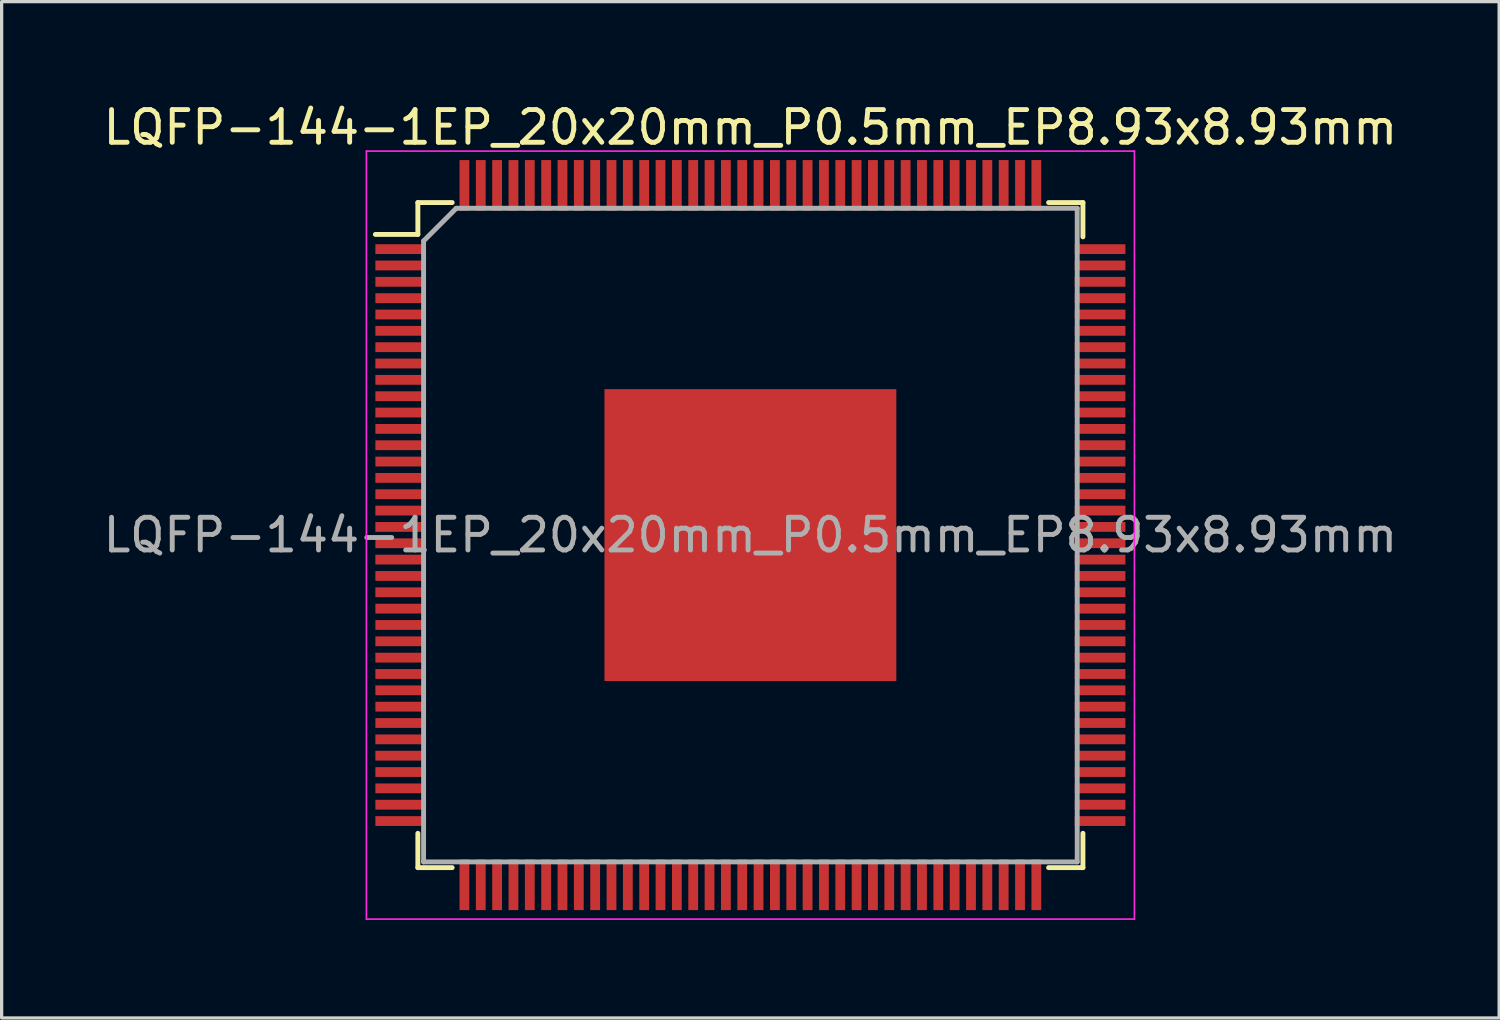
<source format=kicad_pcb>
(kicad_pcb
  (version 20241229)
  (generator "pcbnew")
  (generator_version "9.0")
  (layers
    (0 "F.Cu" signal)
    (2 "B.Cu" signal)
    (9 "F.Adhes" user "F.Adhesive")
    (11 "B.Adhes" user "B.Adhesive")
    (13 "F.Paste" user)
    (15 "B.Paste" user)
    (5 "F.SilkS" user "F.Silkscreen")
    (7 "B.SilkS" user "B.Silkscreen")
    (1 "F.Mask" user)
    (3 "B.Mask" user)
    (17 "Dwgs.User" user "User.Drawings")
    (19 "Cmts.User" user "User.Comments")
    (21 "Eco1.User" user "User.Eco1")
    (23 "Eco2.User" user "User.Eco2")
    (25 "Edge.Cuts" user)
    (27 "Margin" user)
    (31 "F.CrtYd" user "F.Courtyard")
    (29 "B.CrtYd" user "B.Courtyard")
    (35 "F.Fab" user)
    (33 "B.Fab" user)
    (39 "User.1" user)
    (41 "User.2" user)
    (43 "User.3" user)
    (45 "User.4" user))
  (footprint "LQFP-144-1EP_20x20mm_P0.5mm_EP8.93x8.93mm"
    (layer "F.Cu")
    (at 19.911 13.323)
    (property "Reference" "LQFP-144-1EP_20x20mm_P0.5mm_EP8.93x8.93mm" (at 0 -12.475 0) (layer "F.SilkS") (effects (font (size 1 1) (thickness 0.15))))
    (attr smd)
    (fp_line (start -10.175 -10.175) (end -10.175 -9.2) (stroke (width 0.15) (type solid)) (layer "F.SilkS"))
    (fp_line (start -10.175 -10.175) (end -9.125 -10.175) (stroke (width 0.15) (type solid)) (layer "F.SilkS"))
    (fp_line (start -10.175 -9.2) (end -11.475 -9.2) (stroke (width 0.15) (type solid)) (layer "F.SilkS"))
    (fp_line (start -10.175 10.175) (end -10.175 9.125) (stroke (width 0.15) (type solid)) (layer "F.SilkS"))
    (fp_line (start -10.175 10.175) (end -9.125 10.175) (stroke (width 0.15) (type solid)) (layer "F.SilkS"))
    (fp_line (start 10.175 -10.175) (end 9.125 -10.175) (stroke (width 0.15) (type solid)) (layer "F.SilkS"))
    (fp_line (start 10.175 -10.175) (end 10.175 -9.125) (stroke (width 0.15) (type solid)) (layer "F.SilkS"))
    (fp_line (start 10.175 10.175) (end 9.125 10.175) (stroke (width 0.15) (type solid)) (layer "F.SilkS"))
    (fp_line (start 10.175 10.175) (end 10.175 9.125) (stroke (width 0.15) (type solid)) (layer "F.SilkS"))
    (fp_line (start -11.75 -11.75) (end -11.75 11.75) (stroke (width 0.05) (type solid)) (layer "F.CrtYd"))
    (fp_line (start -11.75 -11.75) (end 11.75 -11.75) (stroke (width 0.05) (type solid)) (layer "F.CrtYd"))
    (fp_line (start -11.75 11.75) (end 11.75 11.75) (stroke (width 0.05) (type solid)) (layer "F.CrtYd"))
    (fp_line (start 11.75 -11.75) (end 11.75 11.75) (stroke (width 0.05) (type solid)) (layer "F.CrtYd"))
    (fp_line (start -10 -9) (end -9 -10) (stroke (width 0.15) (type solid)) (layer "F.Fab"))
    (fp_line (start -10 10) (end -10 -9) (stroke (width 0.15) (type solid)) (layer "F.Fab"))
    (fp_line (start -9 -10) (end 10 -10) (stroke (width 0.15) (type solid)) (layer "F.Fab"))
    (fp_line (start 10 -10) (end 10 10) (stroke (width 0.15) (type solid)) (layer "F.Fab"))
    (fp_line (start 10 10) (end -10 10) (stroke (width 0.15) (type solid)) (layer "F.Fab"))
    (fp_text user "${REFERENCE}" (at 0 0 0) (layer "F.Fab") (effects (font (size 1 1) (thickness 0.15))))
    (pad "" smd rect (at -3.75 -3.75) (size 1.15 1.15) (layers "F.Paste"))
    (pad "" smd rect (at -3.75 -2.25) (size 1.15 1.15) (layers "F.Paste"))
    (pad "" smd rect (at -3.75 -0.75) (size 1.15 1.15) (layers "F.Paste"))
    (pad "" smd rect (at -3.75 0.75) (size 1.15 1.15) (layers "F.Paste"))
    (pad "" smd rect (at -3.75 2.25) (size 1.15 1.15) (layers "F.Paste"))
    (pad "" smd rect (at -3.75 3.75) (size 1.15 1.15) (layers "F.Paste"))
    (pad "" smd rect (at -2.25 -3.75) (size 1.15 1.15) (layers "F.Paste"))
    (pad "" smd rect (at -2.25 -2.25) (size 1.15 1.15) (layers "F.Paste"))
    (pad "" smd rect (at -2.25 -0.75) (size 1.15 1.15) (layers "F.Paste"))
    (pad "" smd rect (at -2.25 0.75) (size 1.15 1.15) (layers "F.Paste"))
    (pad "" smd rect (at -2.25 2.25) (size 1.15 1.15) (layers "F.Paste"))
    (pad "" smd rect (at -2.25 3.75) (size 1.15 1.15) (layers "F.Paste"))
    (pad "" smd rect (at -0.75 -3.75) (size 1.15 1.15) (layers "F.Paste"))
    (pad "" smd rect (at -0.75 -2.25) (size 1.15 1.15) (layers "F.Paste"))
    (pad "" smd rect (at -0.75 -0.75) (size 1.15 1.15) (layers "F.Paste"))
    (pad "" smd rect (at -0.75 0.75) (size 1.15 1.15) (layers "F.Paste"))
    (pad "" smd rect (at -0.75 2.25) (size 1.15 1.15) (layers "F.Paste"))
    (pad "" smd rect (at -0.75 3.75) (size 1.15 1.15) (layers "F.Paste"))
    (pad "" smd rect (at 0.75 -3.75) (size 1.15 1.15) (layers "F.Paste"))
    (pad "" smd rect (at 0.75 -2.25) (size 1.15 1.15) (layers "F.Paste"))
    (pad "" smd rect (at 0.75 -0.75) (size 1.15 1.15) (layers "F.Paste"))
    (pad "" smd rect (at 0.75 0.75) (size 1.15 1.15) (layers "F.Paste"))
    (pad "" smd rect (at 0.75 2.25) (size 1.15 1.15) (layers "F.Paste"))
    (pad "" smd rect (at 0.75 3.75) (size 1.15 1.15) (layers "F.Paste"))
    (pad "" smd rect (at 2.25 -3.75) (size 1.15 1.15) (layers "F.Paste"))
    (pad "" smd rect (at 2.25 -2.25) (size 1.15 1.15) (layers "F.Paste"))
    (pad "" smd rect (at 2.25 -0.75) (size 1.15 1.15) (layers "F.Paste"))
    (pad "" smd rect (at 2.25 0.75) (size 1.15 1.15) (layers "F.Paste"))
    (pad "" smd rect (at 2.25 2.25) (size 1.15 1.15) (layers "F.Paste"))
    (pad "" smd rect (at 2.25 3.75) (size 1.15 1.15) (layers "F.Paste"))
    (pad "" smd rect (at 3.75 -3.75) (size 1.15 1.15) (layers "F.Paste"))
    (pad "" smd rect (at 3.75 -2.25) (size 1.15 1.15) (layers "F.Paste"))
    (pad "" smd rect (at 3.75 -0.75) (size 1.15 1.15) (layers "F.Paste"))
    (pad "" smd rect (at 3.75 0.75) (size 1.15 1.15) (layers "F.Paste"))
    (pad "" smd rect (at 3.75 2.25) (size 1.15 1.15) (layers "F.Paste"))
    (pad "" smd rect (at 3.75 3.75) (size 1.15 1.15) (layers "F.Paste"))
    (pad "1" smd rect (at -10.7 -8.75) (size 1.55 0.3) (layers "F.Cu" "F.Mask" "F.Paste"))
    (pad "2" smd rect (at -10.7 -8.25) (size 1.55 0.3) (layers "F.Cu" "F.Mask" "F.Paste"))
    (pad "3" smd rect (at -10.7 -7.75) (size 1.55 0.3) (layers "F.Cu" "F.Mask" "F.Paste"))
    (pad "4" smd rect (at -10.7 -7.25) (size 1.55 0.3) (layers "F.Cu" "F.Mask" "F.Paste"))
    (pad "5" smd rect (at -10.7 -6.75) (size 1.55 0.3) (layers "F.Cu" "F.Mask" "F.Paste"))
    (pad "6" smd rect (at -10.7 -6.25) (size 1.55 0.3) (layers "F.Cu" "F.Mask" "F.Paste"))
    (pad "7" smd rect (at -10.7 -5.75) (size 1.55 0.3) (layers "F.Cu" "F.Mask" "F.Paste"))
    (pad "8" smd rect (at -10.7 -5.25) (size 1.55 0.3) (layers "F.Cu" "F.Mask" "F.Paste"))
    (pad "9" smd rect (at -10.7 -4.75) (size 1.55 0.3) (layers "F.Cu" "F.Mask" "F.Paste"))
    (pad "10" smd rect (at -10.7 -4.25) (size 1.55 0.3) (layers "F.Cu" "F.Mask" "F.Paste"))
    (pad "11" smd rect (at -10.7 -3.75) (size 1.55 0.3) (layers "F.Cu" "F.Mask" "F.Paste"))
    (pad "12" smd rect (at -10.7 -3.25) (size 1.55 0.3) (layers "F.Cu" "F.Mask" "F.Paste"))
    (pad "13" smd rect (at -10.7 -2.75) (size 1.55 0.3) (layers "F.Cu" "F.Mask" "F.Paste"))
    (pad "14" smd rect (at -10.7 -2.25) (size 1.55 0.3) (layers "F.Cu" "F.Mask" "F.Paste"))
    (pad "15" smd rect (at -10.7 -1.75) (size 1.55 0.3) (layers "F.Cu" "F.Mask" "F.Paste"))
    (pad "16" smd rect (at -10.7 -1.25) (size 1.55 0.3) (layers "F.Cu" "F.Mask" "F.Paste"))
    (pad "17" smd rect (at -10.7 -0.75) (size 1.55 0.3) (layers "F.Cu" "F.Mask" "F.Paste"))
    (pad "18" smd rect (at -10.7 -0.25) (size 1.55 0.3) (layers "F.Cu" "F.Mask" "F.Paste"))
    (pad "19" smd rect (at -10.7 0.25) (size 1.55 0.3) (layers "F.Cu" "F.Mask" "F.Paste"))
    (pad "20" smd rect (at -10.7 0.75) (size 1.55 0.3) (layers "F.Cu" "F.Mask" "F.Paste"))
    (pad "21" smd rect (at -10.7 1.25) (size 1.55 0.3) (layers "F.Cu" "F.Mask" "F.Paste"))
    (pad "22" smd rect (at -10.7 1.75) (size 1.55 0.3) (layers "F.Cu" "F.Mask" "F.Paste"))
    (pad "23" smd rect (at -10.7 2.25) (size 1.55 0.3) (layers "F.Cu" "F.Mask" "F.Paste"))
    (pad "24" smd rect (at -10.7 2.75) (size 1.55 0.3) (layers "F.Cu" "F.Mask" "F.Paste"))
    (pad "25" smd rect (at -10.7 3.25) (size 1.55 0.3) (layers "F.Cu" "F.Mask" "F.Paste"))
    (pad "26" smd rect (at -10.7 3.75) (size 1.55 0.3) (layers "F.Cu" "F.Mask" "F.Paste"))
    (pad "27" smd rect (at -10.7 4.25) (size 1.55 0.3) (layers "F.Cu" "F.Mask" "F.Paste"))
    (pad "28" smd rect (at -10.7 4.75) (size 1.55 0.3) (layers "F.Cu" "F.Mask" "F.Paste"))
    (pad "29" smd rect (at -10.7 5.25) (size 1.55 0.3) (layers "F.Cu" "F.Mask" "F.Paste"))
    (pad "30" smd rect (at -10.7 5.75) (size 1.55 0.3) (layers "F.Cu" "F.Mask" "F.Paste"))
    (pad "31" smd rect (at -10.7 6.25) (size 1.55 0.3) (layers "F.Cu" "F.Mask" "F.Paste"))
    (pad "32" smd rect (at -10.7 6.75) (size 1.55 0.3) (layers "F.Cu" "F.Mask" "F.Paste"))
    (pad "33" smd rect (at -10.7 7.25) (size 1.55 0.3) (layers "F.Cu" "F.Mask" "F.Paste"))
    (pad "34" smd rect (at -10.7 7.75) (size 1.55 0.3) (layers "F.Cu" "F.Mask" "F.Paste"))
    (pad "35" smd rect (at -10.7 8.25) (size 1.55 0.3) (layers "F.Cu" "F.Mask" "F.Paste"))
    (pad "36" smd rect (at -10.7 8.75) (size 1.55 0.3) (layers "F.Cu" "F.Mask" "F.Paste"))
    (pad "37" smd rect (at -8.75 10.7 90) (size 1.55 0.3) (layers "F.Cu" "F.Mask" "F.Paste"))
    (pad "38" smd rect (at -8.25 10.7 90) (size 1.55 0.3) (layers "F.Cu" "F.Mask" "F.Paste"))
    (pad "39" smd rect (at -7.75 10.7 90) (size 1.55 0.3) (layers "F.Cu" "F.Mask" "F.Paste"))
    (pad "40" smd rect (at -7.25 10.7 90) (size 1.55 0.3) (layers "F.Cu" "F.Mask" "F.Paste"))
    (pad "41" smd rect (at -6.75 10.7 90) (size 1.55 0.3) (layers "F.Cu" "F.Mask" "F.Paste"))
    (pad "42" smd rect (at -6.25 10.7 90) (size 1.55 0.3) (layers "F.Cu" "F.Mask" "F.Paste"))
    (pad "43" smd rect (at -5.75 10.7 90) (size 1.55 0.3) (layers "F.Cu" "F.Mask" "F.Paste"))
    (pad "44" smd rect (at -5.25 10.7 90) (size 1.55 0.3) (layers "F.Cu" "F.Mask" "F.Paste"))
    (pad "45" smd rect (at -4.75 10.7 90) (size 1.55 0.3) (layers "F.Cu" "F.Mask" "F.Paste"))
    (pad "46" smd rect (at -4.25 10.7 90) (size 1.55 0.3) (layers "F.Cu" "F.Mask" "F.Paste"))
    (pad "47" smd rect (at -3.75 10.7 90) (size 1.55 0.3) (layers "F.Cu" "F.Mask" "F.Paste"))
    (pad "48" smd rect (at -3.25 10.7 90) (size 1.55 0.3) (layers "F.Cu" "F.Mask" "F.Paste"))
    (pad "49" smd rect (at -2.75 10.7 90) (size 1.55 0.3) (layers "F.Cu" "F.Mask" "F.Paste"))
    (pad "50" smd rect (at -2.25 10.7 90) (size 1.55 0.3) (layers "F.Cu" "F.Mask" "F.Paste"))
    (pad "51" smd rect (at -1.75 10.7 90) (size 1.55 0.3) (layers "F.Cu" "F.Mask" "F.Paste"))
    (pad "52" smd rect (at -1.25 10.7 90) (size 1.55 0.3) (layers "F.Cu" "F.Mask" "F.Paste"))
    (pad "53" smd rect (at -0.75 10.7 90) (size 1.55 0.3) (layers "F.Cu" "F.Mask" "F.Paste"))
    (pad "54" smd rect (at -0.25 10.7 90) (size 1.55 0.3) (layers "F.Cu" "F.Mask" "F.Paste"))
    (pad "55" smd rect (at 0.25 10.7 90) (size 1.55 0.3) (layers "F.Cu" "F.Mask" "F.Paste"))
    (pad "56" smd rect (at 0.75 10.7 90) (size 1.55 0.3) (layers "F.Cu" "F.Mask" "F.Paste"))
    (pad "57" smd rect (at 1.25 10.7 90) (size 1.55 0.3) (layers "F.Cu" "F.Mask" "F.Paste"))
    (pad "58" smd rect (at 1.75 10.7 90) (size 1.55 0.3) (layers "F.Cu" "F.Mask" "F.Paste"))
    (pad "59" smd rect (at 2.25 10.7 90) (size 1.55 0.3) (layers "F.Cu" "F.Mask" "F.Paste"))
    (pad "60" smd rect (at 2.75 10.7 90) (size 1.55 0.3) (layers "F.Cu" "F.Mask" "F.Paste"))
    (pad "61" smd rect (at 3.25 10.7 90) (size 1.55 0.3) (layers "F.Cu" "F.Mask" "F.Paste"))
    (pad "62" smd rect (at 3.75 10.7 90) (size 1.55 0.3) (layers "F.Cu" "F.Mask" "F.Paste"))
    (pad "63" smd rect (at 4.25 10.7 90) (size 1.55 0.3) (layers "F.Cu" "F.Mask" "F.Paste"))
    (pad "64" smd rect (at 4.75 10.7 90) (size 1.55 0.3) (layers "F.Cu" "F.Mask" "F.Paste"))
    (pad "65" smd rect (at 5.25 10.7 90) (size 1.55 0.3) (layers "F.Cu" "F.Mask" "F.Paste"))
    (pad "66" smd rect (at 5.75 10.7 90) (size 1.55 0.3) (layers "F.Cu" "F.Mask" "F.Paste"))
    (pad "67" smd rect (at 6.25 10.7 90) (size 1.55 0.3) (layers "F.Cu" "F.Mask" "F.Paste"))
    (pad "68" smd rect (at 6.75 10.7 90) (size 1.55 0.3) (layers "F.Cu" "F.Mask" "F.Paste"))
    (pad "69" smd rect (at 7.25 10.7 90) (size 1.55 0.3) (layers "F.Cu" "F.Mask" "F.Paste"))
    (pad "70" smd rect (at 7.75 10.7 90) (size 1.55 0.3) (layers "F.Cu" "F.Mask" "F.Paste"))
    (pad "71" smd rect (at 8.25 10.7 90) (size 1.55 0.3) (layers "F.Cu" "F.Mask" "F.Paste"))
    (pad "72" smd rect (at 8.75 10.7 90) (size 1.55 0.3) (layers "F.Cu" "F.Mask" "F.Paste"))
    (pad "73" smd rect (at 10.7 8.75) (size 1.55 0.3) (layers "F.Cu" "F.Mask" "F.Paste"))
    (pad "74" smd rect (at 10.7 8.25) (size 1.55 0.3) (layers "F.Cu" "F.Mask" "F.Paste"))
    (pad "75" smd rect (at 10.7 7.75) (size 1.55 0.3) (layers "F.Cu" "F.Mask" "F.Paste"))
    (pad "76" smd rect (at 10.7 7.25) (size 1.55 0.3) (layers "F.Cu" "F.Mask" "F.Paste"))
    (pad "77" smd rect (at 10.7 6.75) (size 1.55 0.3) (layers "F.Cu" "F.Mask" "F.Paste"))
    (pad "78" smd rect (at 10.7 6.25) (size 1.55 0.3) (layers "F.Cu" "F.Mask" "F.Paste"))
    (pad "79" smd rect (at 10.7 5.75) (size 1.55 0.3) (layers "F.Cu" "F.Mask" "F.Paste"))
    (pad "80" smd rect (at 10.7 5.25) (size 1.55 0.3) (layers "F.Cu" "F.Mask" "F.Paste"))
    (pad "81" smd rect (at 10.7 4.75) (size 1.55 0.3) (layers "F.Cu" "F.Mask" "F.Paste"))
    (pad "82" smd rect (at 10.7 4.25) (size 1.55 0.3) (layers "F.Cu" "F.Mask" "F.Paste"))
    (pad "83" smd rect (at 10.7 3.75) (size 1.55 0.3) (layers "F.Cu" "F.Mask" "F.Paste"))
    (pad "84" smd rect (at 10.7 3.25) (size 1.55 0.3) (layers "F.Cu" "F.Mask" "F.Paste"))
    (pad "85" smd rect (at 10.7 2.75) (size 1.55 0.3) (layers "F.Cu" "F.Mask" "F.Paste"))
    (pad "86" smd rect (at 10.7 2.25) (size 1.55 0.3) (layers "F.Cu" "F.Mask" "F.Paste"))
    (pad "87" smd rect (at 10.7 1.75) (size 1.55 0.3) (layers "F.Cu" "F.Mask" "F.Paste"))
    (pad "88" smd rect (at 10.7 1.25) (size 1.55 0.3) (layers "F.Cu" "F.Mask" "F.Paste"))
    (pad "89" smd rect (at 10.7 0.75) (size 1.55 0.3) (layers "F.Cu" "F.Mask" "F.Paste"))
    (pad "90" smd rect (at 10.7 0.25) (size 1.55 0.3) (layers "F.Cu" "F.Mask" "F.Paste"))
    (pad "91" smd rect (at 10.7 -0.25) (size 1.55 0.3) (layers "F.Cu" "F.Mask" "F.Paste"))
    (pad "92" smd rect (at 10.7 -0.75) (size 1.55 0.3) (layers "F.Cu" "F.Mask" "F.Paste"))
    (pad "93" smd rect (at 10.7 -1.25) (size 1.55 0.3) (layers "F.Cu" "F.Mask" "F.Paste"))
    (pad "94" smd rect (at 10.7 -1.75) (size 1.55 0.3) (layers "F.Cu" "F.Mask" "F.Paste"))
    (pad "95" smd rect (at 10.7 -2.25) (size 1.55 0.3) (layers "F.Cu" "F.Mask" "F.Paste"))
    (pad "96" smd rect (at 10.7 -2.75) (size 1.55 0.3) (layers "F.Cu" "F.Mask" "F.Paste"))
    (pad "97" smd rect (at 10.7 -3.25) (size 1.55 0.3) (layers "F.Cu" "F.Mask" "F.Paste"))
    (pad "98" smd rect (at 10.7 -3.75) (size 1.55 0.3) (layers "F.Cu" "F.Mask" "F.Paste"))
    (pad "99" smd rect (at 10.7 -4.25) (size 1.55 0.3) (layers "F.Cu" "F.Mask" "F.Paste"))
    (pad "100" smd rect (at 10.7 -4.75) (size 1.55 0.3) (layers "F.Cu" "F.Mask" "F.Paste"))
    (pad "101" smd rect (at 10.7 -5.25) (size 1.55 0.3) (layers "F.Cu" "F.Mask" "F.Paste"))
    (pad "102" smd rect (at 10.7 -5.75) (size 1.55 0.3) (layers "F.Cu" "F.Mask" "F.Paste"))
    (pad "103" smd rect (at 10.7 -6.25) (size 1.55 0.3) (layers "F.Cu" "F.Mask" "F.Paste"))
    (pad "104" smd rect (at 10.7 -6.75) (size 1.55 0.3) (layers "F.Cu" "F.Mask" "F.Paste"))
    (pad "105" smd rect (at 10.7 -7.25) (size 1.55 0.3) (layers "F.Cu" "F.Mask" "F.Paste"))
    (pad "106" smd rect (at 10.7 -7.75) (size 1.55 0.3) (layers "F.Cu" "F.Mask" "F.Paste"))
    (pad "107" smd rect (at 10.7 -8.25) (size 1.55 0.3) (layers "F.Cu" "F.Mask" "F.Paste"))
    (pad "108" smd rect (at 10.7 -8.75) (size 1.55 0.3) (layers "F.Cu" "F.Mask" "F.Paste"))
    (pad "109" smd rect (at 8.75 -10.7 90) (size 1.55 0.3) (layers "F.Cu" "F.Mask" "F.Paste"))
    (pad "110" smd rect (at 8.25 -10.7 90) (size 1.55 0.3) (layers "F.Cu" "F.Mask" "F.Paste"))
    (pad "111" smd rect (at 7.75 -10.7 90) (size 1.55 0.3) (layers "F.Cu" "F.Mask" "F.Paste"))
    (pad "112" smd rect (at 7.25 -10.7 90) (size 1.55 0.3) (layers "F.Cu" "F.Mask" "F.Paste"))
    (pad "113" smd rect (at 6.75 -10.7 90) (size 1.55 0.3) (layers "F.Cu" "F.Mask" "F.Paste"))
    (pad "114" smd rect (at 6.25 -10.7 90) (size 1.55 0.3) (layers "F.Cu" "F.Mask" "F.Paste"))
    (pad "115" smd rect (at 5.75 -10.7 90) (size 1.55 0.3) (layers "F.Cu" "F.Mask" "F.Paste"))
    (pad "116" smd rect (at 5.25 -10.7 90) (size 1.55 0.3) (layers "F.Cu" "F.Mask" "F.Paste"))
    (pad "117" smd rect (at 4.75 -10.7 90) (size 1.55 0.3) (layers "F.Cu" "F.Mask" "F.Paste"))
    (pad "118" smd rect (at 4.25 -10.7 90) (size 1.55 0.3) (layers "F.Cu" "F.Mask" "F.Paste"))
    (pad "119" smd rect (at 3.75 -10.7 90) (size 1.55 0.3) (layers "F.Cu" "F.Mask" "F.Paste"))
    (pad "120" smd rect (at 3.25 -10.7 90) (size 1.55 0.3) (layers "F.Cu" "F.Mask" "F.Paste"))
    (pad "121" smd rect (at 2.75 -10.7 90) (size 1.55 0.3) (layers "F.Cu" "F.Mask" "F.Paste"))
    (pad "122" smd rect (at 2.25 -10.7 90) (size 1.55 0.3) (layers "F.Cu" "F.Mask" "F.Paste"))
    (pad "123" smd rect (at 1.75 -10.7 90) (size 1.55 0.3) (layers "F.Cu" "F.Mask" "F.Paste"))
    (pad "124" smd rect (at 1.25 -10.7 90) (size 1.55 0.3) (layers "F.Cu" "F.Mask" "F.Paste"))
    (pad "125" smd rect (at 0.75 -10.7 90) (size 1.55 0.3) (layers "F.Cu" "F.Mask" "F.Paste"))
    (pad "126" smd rect (at 0.25 -10.7 90) (size 1.55 0.3) (layers "F.Cu" "F.Mask" "F.Paste"))
    (pad "127" smd rect (at -0.25 -10.7 90) (size 1.55 0.3) (layers "F.Cu" "F.Mask" "F.Paste"))
    (pad "128" smd rect (at -0.75 -10.7 90) (size 1.55 0.3) (layers "F.Cu" "F.Mask" "F.Paste"))
    (pad "129" smd rect (at -1.25 -10.7 90) (size 1.55 0.3) (layers "F.Cu" "F.Mask" "F.Paste"))
    (pad "130" smd rect (at -1.75 -10.7 90) (size 1.55 0.3) (layers "F.Cu" "F.Mask" "F.Paste"))
    (pad "131" smd rect (at -2.25 -10.7 90) (size 1.55 0.3) (layers "F.Cu" "F.Mask" "F.Paste"))
    (pad "132" smd rect (at -2.75 -10.7 90) (size 1.55 0.3) (layers "F.Cu" "F.Mask" "F.Paste"))
    (pad "133" smd rect (at -3.25 -10.7 90) (size 1.55 0.3) (layers "F.Cu" "F.Mask" "F.Paste"))
    (pad "134" smd rect (at -3.75 -10.7 90) (size 1.55 0.3) (layers "F.Cu" "F.Mask" "F.Paste"))
    (pad "135" smd rect (at -4.25 -10.7 90) (size 1.55 0.3) (layers "F.Cu" "F.Mask" "F.Paste"))
    (pad "136" smd rect (at -4.75 -10.7 90) (size 1.55 0.3) (layers "F.Cu" "F.Mask" "F.Paste"))
    (pad "137" smd rect (at -5.25 -10.7 90) (size 1.55 0.3) (layers "F.Cu" "F.Mask" "F.Paste"))
    (pad "138" smd rect (at -5.75 -10.7 90) (size 1.55 0.3) (layers "F.Cu" "F.Mask" "F.Paste"))
    (pad "139" smd rect (at -6.25 -10.7 90) (size 1.55 0.3) (layers "F.Cu" "F.Mask" "F.Paste"))
    (pad "140" smd rect (at -6.75 -10.7 90) (size 1.55 0.3) (layers "F.Cu" "F.Mask" "F.Paste"))
    (pad "141" smd rect (at -7.25 -10.7 90) (size 1.55 0.3) (layers "F.Cu" "F.Mask" "F.Paste"))
    (pad "142" smd rect (at -7.75 -10.7 90) (size 1.55 0.3) (layers "F.Cu" "F.Mask" "F.Paste"))
    (pad "143" smd rect (at -8.25 -10.7 90) (size 1.55 0.3) (layers "F.Cu" "F.Mask" "F.Paste"))
    (pad "144" smd rect (at -8.75 -10.7 90) (size 1.55 0.3) (layers "F.Cu" "F.Mask" "F.Paste"))
    (pad "145" smd rect (at 0 0) (size 8.93 8.93) (layers "F.Cu" "F.Mask")))
  (gr_rect
    (start -3 -3)
    (end 42.821 28.098)
    (stroke (width 0.1) (type default))
    (fill no)
    (layer "Edge.Cuts")))
</source>
